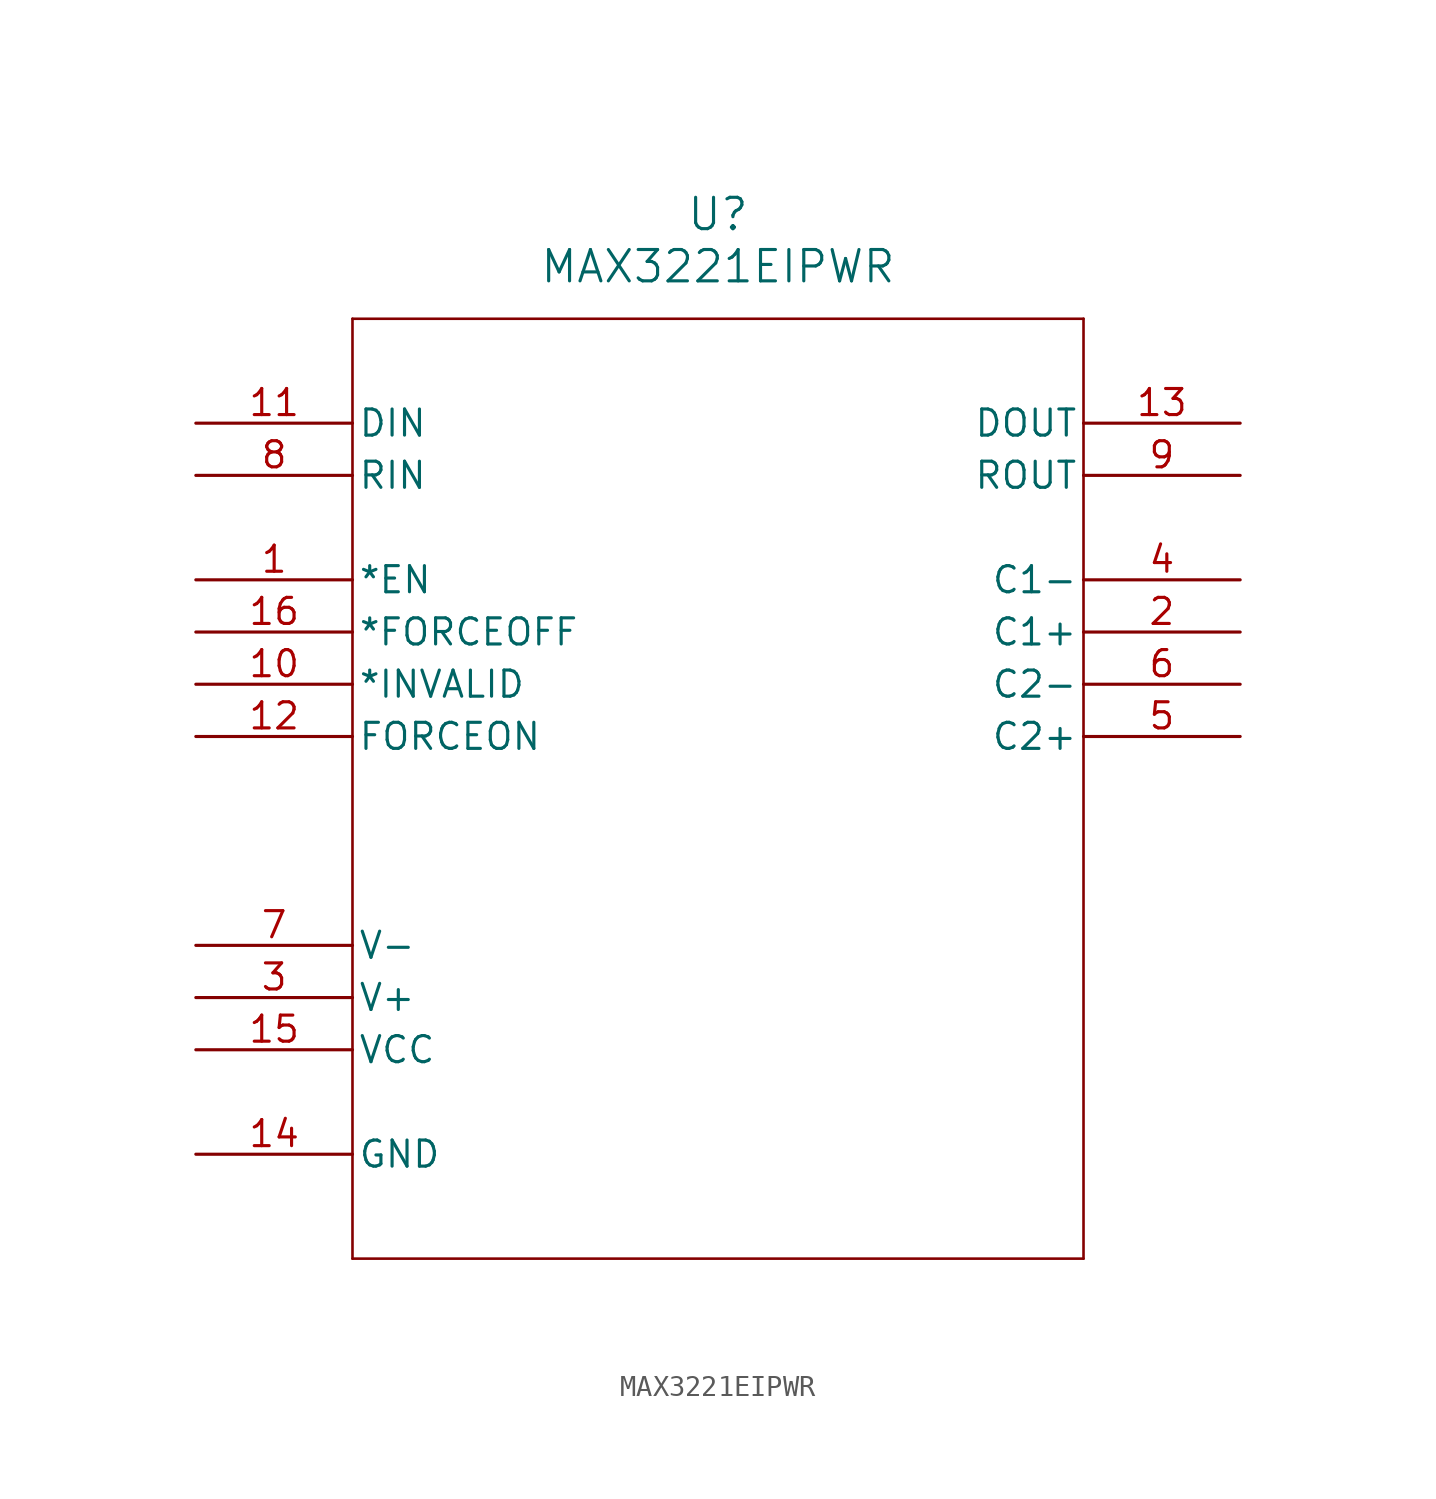
<source format=kicad_sym>
(kicad_symbol_lib
  (version 20211014)
  (generator kicad_symbol_editor)
  (symbol "MAX3221EIPWR"
    (pin_names
      (offset 0.254))
    (property "Reference" "U"
      (at 25.4 10.16 0)
      (effects (font (size 1.524 1.524))))
    (property "Value" "MAX3221EIPWR"
      (at 25.4 7.62 0)
      (effects (font (size 1.524 1.524))))
    (symbol "MAX3221EIPWR_0_1"
      (polyline (pts (xy 7.62 5.08) (xy 7.62 -40.64)) (stroke (width 0.127) (type default) (color 0 0 0 0)) (fill (type none)))
      (polyline (pts (xy 7.62 -40.64) (xy 43.18 -40.64)) (stroke (width 0.127) (type default) (color 0 0 0 0)) (fill (type none)))
      (polyline (pts (xy 43.18 -40.64) (xy 43.18 5.08)) (stroke (width 0.127) (type default) (color 0 0 0 0)) (fill (type none)))
      (polyline (pts (xy 43.18 5.08) (xy 7.62 5.08)) (stroke (width 0.127) (type default) (color 0 0 0 0)) (fill (type none)))
      (pin unspecified line (at 0 -7.62 0) (length 7.62) (name "*EN" (effects (font (size 1.27 1.27)))) (number "1" (effects (font (size 1.27 1.27)))))
      (pin unspecified line (at 50.8 -10.16 180) (length 7.62) (name "C1+" (effects (font (size 1.27 1.27)))) (number "2" (effects (font (size 1.27 1.27)))))
      (pin power_in line (at 0 -27.94 0) (length 7.62) (name "V+" (effects (font (size 1.27 1.27)))) (number "3" (effects (font (size 1.27 1.27)))))
      (pin unspecified line (at 50.8 -7.62 180) (length 7.62) (name "C1-" (effects (font (size 1.27 1.27)))) (number "4" (effects (font (size 1.27 1.27)))))
      (pin unspecified line (at 50.8 -15.24 180) (length 7.62) (name "C2+" (effects (font (size 1.27 1.27)))) (number "5" (effects (font (size 1.27 1.27)))))
      (pin unspecified line (at 50.8 -12.7 180) (length 7.62) (name "C2-" (effects (font (size 1.27 1.27)))) (number "6" (effects (font (size 1.27 1.27)))))
      (pin power_in line (at 0 -25.4 0) (length 7.62) (name "V-" (effects (font (size 1.27 1.27)))) (number "7" (effects (font (size 1.27 1.27)))))
      (pin input line (at 0 -2.54 0) (length 7.62) (name "RIN" (effects (font (size 1.27 1.27)))) (number "8" (effects (font (size 1.27 1.27)))))
      (pin output line (at 50.8 -2.54 180) (length 7.62) (name "ROUT" (effects (font (size 1.27 1.27)))) (number "9" (effects (font (size 1.27 1.27)))))
      (pin unspecified line (at 0 -12.7 0) (length 7.62) (name "*INVALID" (effects (font (size 1.27 1.27)))) (number "10" (effects (font (size 1.27 1.27)))))
      (pin input line (at 0 0 0) (length 7.62) (name "DIN" (effects (font (size 1.27 1.27)))) (number "11" (effects (font (size 1.27 1.27)))))
      (pin unspecified line (at 0 -15.24 0) (length 7.62) (name "FORCEON" (effects (font (size 1.27 1.27)))) (number "12" (effects (font (size 1.27 1.27)))))
      (pin output line (at 50.8 0 180) (length 7.62) (name "DOUT" (effects (font (size 1.27 1.27)))) (number "13" (effects (font (size 1.27 1.27)))))
      (pin power_in line (at 0 -35.56 0) (length 7.62) (name "GND" (effects (font (size 1.27 1.27)))) (number "14" (effects (font (size 1.27 1.27)))))
      (pin power_in line (at 0 -30.48 0) (length 7.62) (name "VCC" (effects (font (size 1.27 1.27)))) (number "15" (effects (font (size 1.27 1.27)))))
      (pin unspecified line (at 0 -10.16 0) (length 7.62) (name "*FORCEOFF" (effects (font (size 1.27 1.27)))) (number "16" (effects (font (size 1.27 1.27))))))))
</source>
